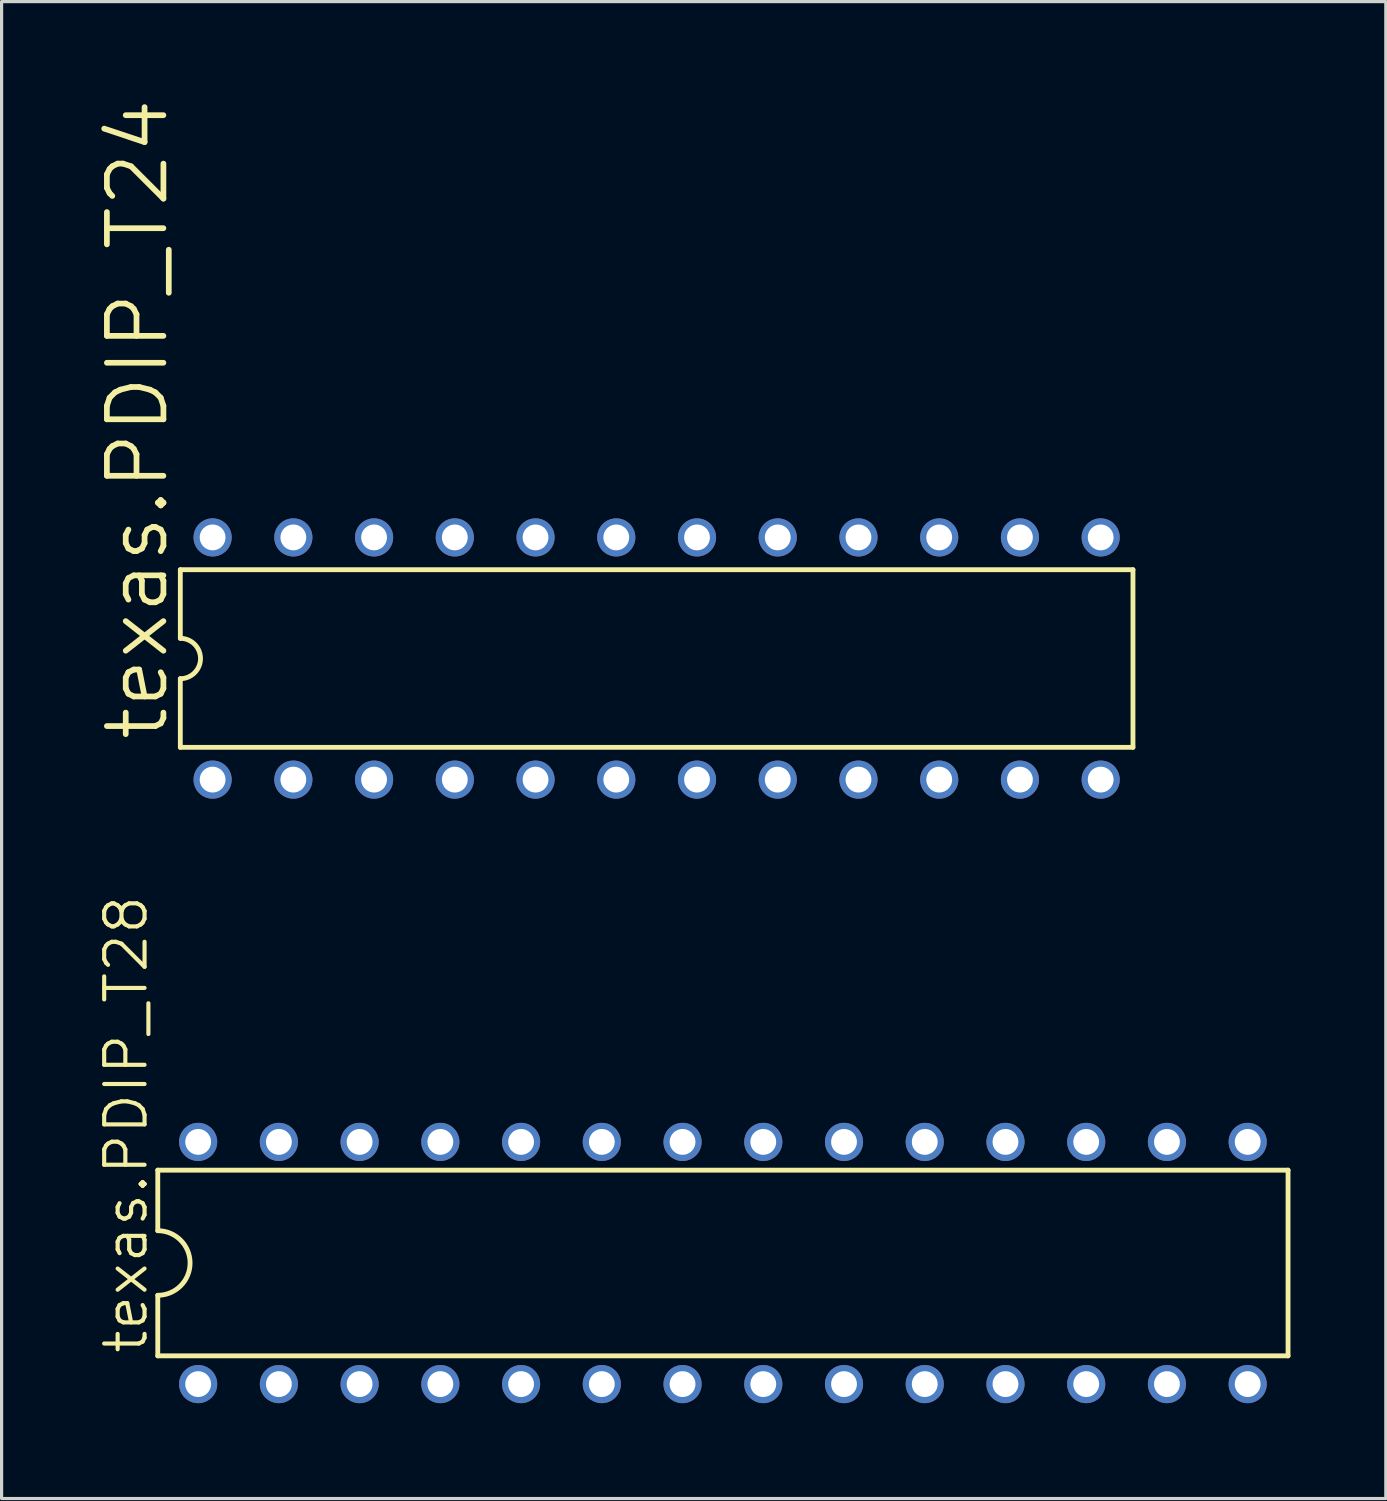
<source format=kicad_pcb>
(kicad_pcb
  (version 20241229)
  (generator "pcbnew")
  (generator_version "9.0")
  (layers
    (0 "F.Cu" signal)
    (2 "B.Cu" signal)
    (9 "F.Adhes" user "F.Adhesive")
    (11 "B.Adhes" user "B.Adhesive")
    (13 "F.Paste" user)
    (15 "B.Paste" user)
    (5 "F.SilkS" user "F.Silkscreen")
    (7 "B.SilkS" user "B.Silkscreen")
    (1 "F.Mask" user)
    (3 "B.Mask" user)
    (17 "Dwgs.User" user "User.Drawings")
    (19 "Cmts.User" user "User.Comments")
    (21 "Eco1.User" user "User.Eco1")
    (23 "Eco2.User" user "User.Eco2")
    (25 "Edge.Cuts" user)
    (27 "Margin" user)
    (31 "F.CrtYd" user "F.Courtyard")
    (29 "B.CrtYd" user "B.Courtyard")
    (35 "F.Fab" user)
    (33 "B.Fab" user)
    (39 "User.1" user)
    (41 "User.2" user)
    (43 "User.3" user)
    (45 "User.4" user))
  (footprint "texas.PDIP_T28"
    (layer "F.Cu")
    (at 19.694 36.686)
    (property "Reference" "texas.PDIP_T28" (at -18.034 2.921 90) (layer "F.SilkS") (effects (font (size 1.27 1.27) (thickness 0.13)) (justify left bottom)))
    (attr through_hole)
    (fp_line (start -17.78 -2.921) (end -17.78 -1.016) (stroke (width 0.152) (type default)) (layer "F.SilkS"))
    (fp_line (start -17.78 2.921) (end -17.78 1.016) (stroke (width 0.152) (type default)) (layer "F.SilkS"))
    (fp_line (start -17.78 2.921) (end 17.78 2.921) (stroke (width 0.152) (type default)) (layer "F.SilkS"))
    (fp_line (start 17.78 -2.921) (end -17.78 -2.921) (stroke (width 0.152) (type default)) (layer "F.SilkS"))
    (fp_line (start 17.78 -2.921) (end 17.78 2.921) (stroke (width 0.152) (type default)) (layer "F.SilkS"))
    (fp_arc (start -17.78 -1.016) (mid -16.764 0) (end -17.78 1.016) (stroke (width 0.1524) (type default)) (layer "F.SilkS"))
    (pad "1" thru_hole circle (at -16.51 3.81 90) (size 1.2 1.2) (drill 0.813) (layers "*.Cu" "*.Mask"))
    (pad "2" thru_hole circle (at -13.97 3.81 90) (size 1.2 1.2) (drill 0.813) (layers "*.Cu" "*.Mask"))
    (pad "3" thru_hole circle (at -11.43 3.81 90) (size 1.2 1.2) (drill 0.813) (layers "*.Cu" "*.Mask"))
    (pad "4" thru_hole circle (at -8.89 3.81 90) (size 1.2 1.2) (drill 0.813) (layers "*.Cu" "*.Mask"))
    (pad "5" thru_hole circle (at -6.35 3.81 90) (size 1.2 1.2) (drill 0.813) (layers "*.Cu" "*.Mask"))
    (pad "6" thru_hole circle (at -3.81 3.81 90) (size 1.2 1.2) (drill 0.813) (layers "*.Cu" "*.Mask"))
    (pad "7" thru_hole circle (at -1.27 3.81 90) (size 1.2 1.2) (drill 0.813) (layers "*.Cu" "*.Mask"))
    (pad "8" thru_hole circle (at 1.27 3.81 90) (size 1.2 1.2) (drill 0.813) (layers "*.Cu" "*.Mask"))
    (pad "9" thru_hole circle (at 3.81 3.81 90) (size 1.2 1.2) (drill 0.813) (layers "*.Cu" "*.Mask"))
    (pad "10" thru_hole circle (at 6.35 3.81 90) (size 1.2 1.2) (drill 0.813) (layers "*.Cu" "*.Mask"))
    (pad "11" thru_hole circle (at 8.89 3.81 90) (size 1.2 1.2) (drill 0.813) (layers "*.Cu" "*.Mask"))
    (pad "12" thru_hole circle (at 11.43 3.81 90) (size 1.2 1.2) (drill 0.813) (layers "*.Cu" "*.Mask"))
    (pad "13" thru_hole circle (at 13.97 3.81 90) (size 1.2 1.2) (drill 0.813) (layers "*.Cu" "*.Mask"))
    (pad "14" thru_hole circle (at 16.51 3.81 90) (size 1.2 1.2) (drill 0.813) (layers "*.Cu" "*.Mask"))
    (pad "15" thru_hole circle (at 16.51 -3.81 90) (size 1.2 1.2) (drill 0.813) (layers "*.Cu" "*.Mask"))
    (pad "16" thru_hole circle (at 13.97 -3.81 90) (size 1.2 1.2) (drill 0.813) (layers "*.Cu" "*.Mask"))
    (pad "17" thru_hole circle (at 11.43 -3.81 90) (size 1.2 1.2) (drill 0.813) (layers "*.Cu" "*.Mask"))
    (pad "18" thru_hole circle (at 8.89 -3.81 90) (size 1.2 1.2) (drill 0.813) (layers "*.Cu" "*.Mask"))
    (pad "19" thru_hole circle (at 6.35 -3.81 90) (size 1.2 1.2) (drill 0.813) (layers "*.Cu" "*.Mask"))
    (pad "20" thru_hole circle (at 3.81 -3.81 90) (size 1.2 1.2) (drill 0.813) (layers "*.Cu" "*.Mask"))
    (pad "21" thru_hole circle (at 1.27 -3.81 90) (size 1.2 1.2) (drill 0.813) (layers "*.Cu" "*.Mask"))
    (pad "22" thru_hole circle (at -1.27 -3.81 90) (size 1.2 1.2) (drill 0.813) (layers "*.Cu" "*.Mask"))
    (pad "23" thru_hole circle (at -3.81 -3.81 90) (size 1.2 1.2) (drill 0.813) (layers "*.Cu" "*.Mask"))
    (pad "24" thru_hole circle (at -6.35 -3.81 90) (size 1.2 1.2) (drill 0.813) (layers "*.Cu" "*.Mask"))
    (pad "25" thru_hole circle (at -8.89 -3.81 90) (size 1.2 1.2) (drill 0.813) (layers "*.Cu" "*.Mask"))
    (pad "26" thru_hole circle (at -11.43 -3.81 90) (size 1.2 1.2) (drill 0.813) (layers "*.Cu" "*.Mask"))
    (pad "27" thru_hole circle (at -13.97 -3.81 90) (size 1.2 1.2) (drill 0.813) (layers "*.Cu" "*.Mask"))
    (pad "28" thru_hole circle (at -16.51 -3.81 90) (size 1.2 1.2) (drill 0.813) (layers "*.Cu" "*.Mask")))
  (footprint "texas.PDIP_T24"
    (layer "F.Cu")
    (at 17.609 17.668)
    (property "Reference" "texas.PDIP_T24" (at -15.291 2.667 90) (layer "F.SilkS") (effects (font (size 1.778 1.778) (thickness 0.18)) (justify left bottom)))
    (attr through_hole)
    (fp_line (start -14.986 -2.794) (end -14.986 -0.635) (stroke (width 0.152) (type default)) (layer "F.SilkS"))
    (fp_line (start -14.986 -2.794) (end 14.986 -2.794) (stroke (width 0.152) (type default)) (layer "F.SilkS"))
    (fp_line (start -14.986 0.635) (end -14.986 2.794) (stroke (width 0.152) (type default)) (layer "F.SilkS"))
    (fp_line (start -14.986 2.794) (end 14.986 2.794) (stroke (width 0.152) (type default)) (layer "F.SilkS"))
    (fp_line (start 14.986 2.794) (end 14.986 -2.794) (stroke (width 0.152) (type default)) (layer "F.SilkS"))
    (fp_arc (start -14.986 -0.635) (mid -14.351 0) (end -14.986 0.635) (stroke (width 0.1524) (type default)) (layer "F.SilkS"))
    (pad "1" thru_hole circle (at -13.97 3.81 90) (size 1.2 1.2) (drill 0.813) (layers "*.Cu" "*.Mask"))
    (pad "2" thru_hole circle (at -11.43 3.81 90) (size 1.2 1.2) (drill 0.813) (layers "*.Cu" "*.Mask"))
    (pad "3" thru_hole circle (at -8.89 3.81 90) (size 1.2 1.2) (drill 0.813) (layers "*.Cu" "*.Mask"))
    (pad "4" thru_hole circle (at -6.35 3.81 90) (size 1.2 1.2) (drill 0.813) (layers "*.Cu" "*.Mask"))
    (pad "5" thru_hole circle (at -3.81 3.81 90) (size 1.2 1.2) (drill 0.813) (layers "*.Cu" "*.Mask"))
    (pad "6" thru_hole circle (at -1.27 3.81 90) (size 1.2 1.2) (drill 0.813) (layers "*.Cu" "*.Mask"))
    (pad "7" thru_hole circle (at 1.27 3.81 90) (size 1.2 1.2) (drill 0.813) (layers "*.Cu" "*.Mask"))
    (pad "8" thru_hole circle (at 3.81 3.81 90) (size 1.2 1.2) (drill 0.813) (layers "*.Cu" "*.Mask"))
    (pad "9" thru_hole circle (at 6.35 3.81 90) (size 1.2 1.2) (drill 0.813) (layers "*.Cu" "*.Mask"))
    (pad "10" thru_hole circle (at 8.89 3.81 90) (size 1.2 1.2) (drill 0.813) (layers "*.Cu" "*.Mask"))
    (pad "11" thru_hole circle (at 11.43 3.81 90) (size 1.2 1.2) (drill 0.813) (layers "*.Cu" "*.Mask"))
    (pad "12" thru_hole circle (at 13.97 3.81 90) (size 1.2 1.2) (drill 0.813) (layers "*.Cu" "*.Mask"))
    (pad "13" thru_hole circle (at 13.97 -3.81 90) (size 1.2 1.2) (drill 0.813) (layers "*.Cu" "*.Mask"))
    (pad "14" thru_hole circle (at 11.43 -3.81 90) (size 1.2 1.2) (drill 0.813) (layers "*.Cu" "*.Mask"))
    (pad "15" thru_hole circle (at 8.89 -3.81 90) (size 1.2 1.2) (drill 0.813) (layers "*.Cu" "*.Mask"))
    (pad "16" thru_hole circle (at 6.35 -3.81 90) (size 1.2 1.2) (drill 0.813) (layers "*.Cu" "*.Mask"))
    (pad "17" thru_hole circle (at 3.81 -3.81 90) (size 1.2 1.2) (drill 0.813) (layers "*.Cu" "*.Mask"))
    (pad "18" thru_hole circle (at 1.27 -3.81 90) (size 1.2 1.2) (drill 0.813) (layers "*.Cu" "*.Mask"))
    (pad "19" thru_hole circle (at -1.27 -3.81 90) (size 1.2 1.2) (drill 0.813) (layers "*.Cu" "*.Mask"))
    (pad "20" thru_hole circle (at -3.81 -3.81 90) (size 1.2 1.2) (drill 0.813) (layers "*.Cu" "*.Mask"))
    (pad "21" thru_hole circle (at -6.35 -3.81 90) (size 1.2 1.2) (drill 0.813) (layers "*.Cu" "*.Mask"))
    (pad "22" thru_hole circle (at -8.89 -3.81 90) (size 1.2 1.2) (drill 0.813) (layers "*.Cu" "*.Mask"))
    (pad "23" thru_hole circle (at -11.43 -3.81 90) (size 1.2 1.2) (drill 0.813) (layers "*.Cu" "*.Mask"))
    (pad "24" thru_hole circle (at -13.97 -3.81 90) (size 1.2 1.2) (drill 0.813) (layers "*.Cu" "*.Mask")))
  (gr_rect
    (start -3 -3)
    (end 40.55 44.096)
    (stroke (width 0.1) (type default))
    (fill no)
    (layer "Edge.Cuts")))
</source>
